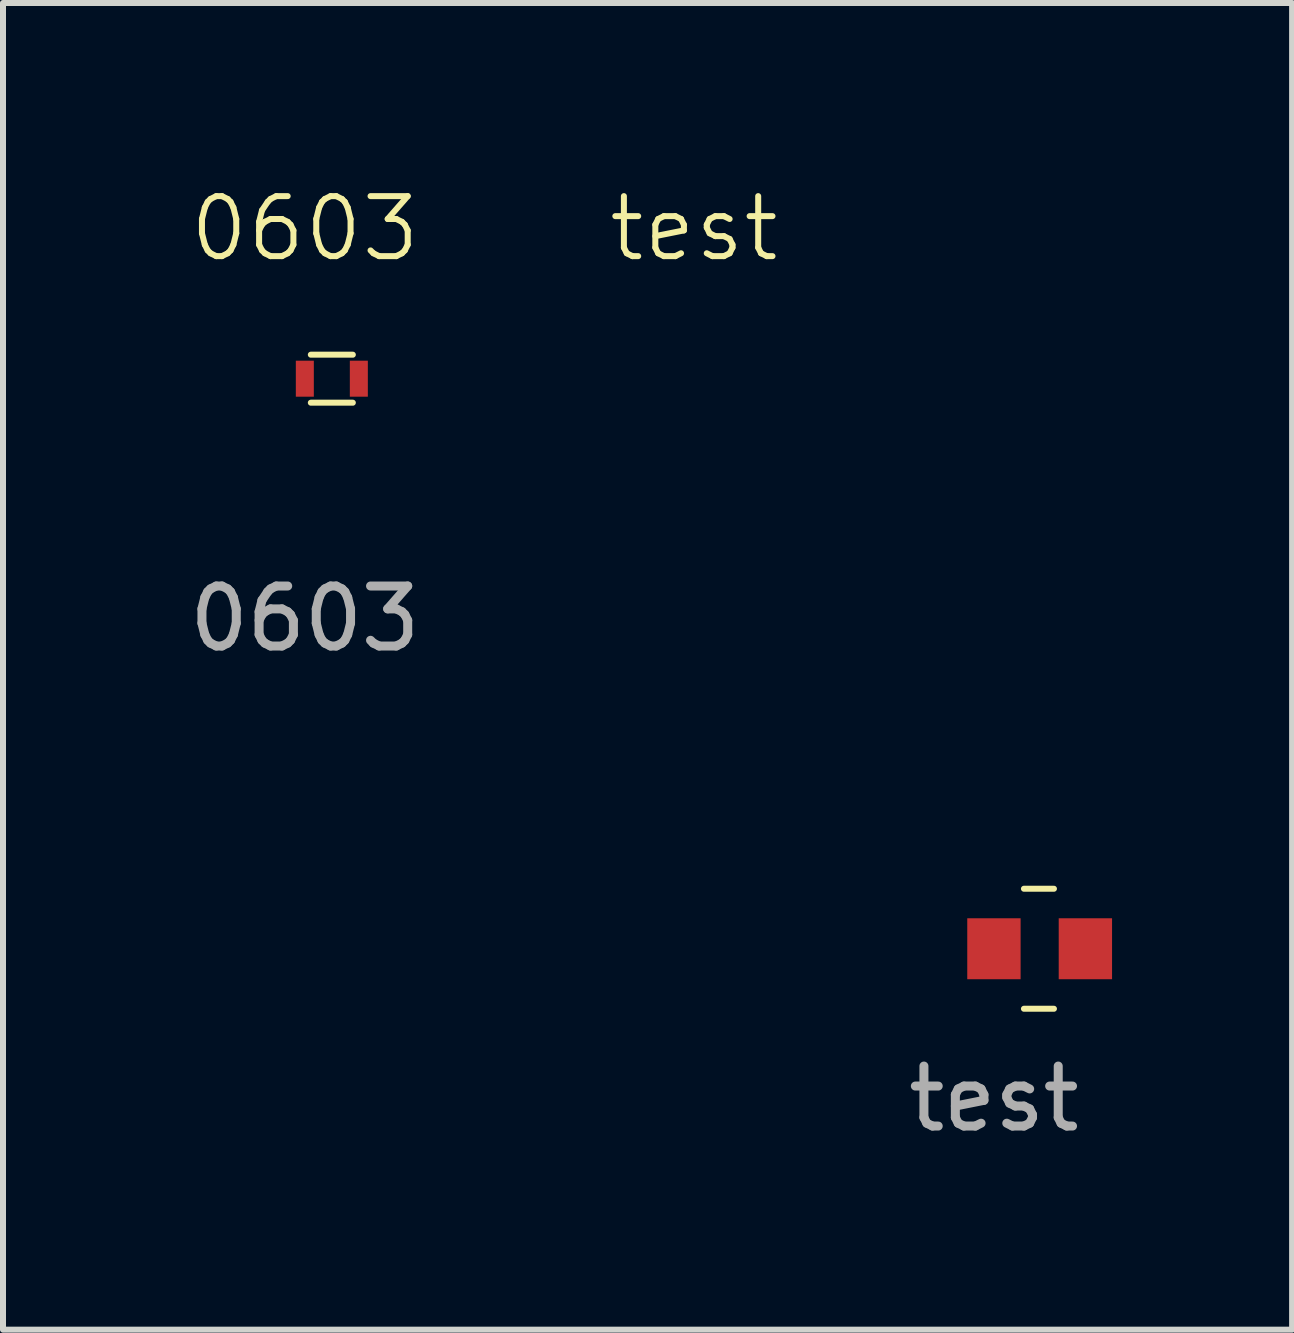
<source format=kicad_pcb>
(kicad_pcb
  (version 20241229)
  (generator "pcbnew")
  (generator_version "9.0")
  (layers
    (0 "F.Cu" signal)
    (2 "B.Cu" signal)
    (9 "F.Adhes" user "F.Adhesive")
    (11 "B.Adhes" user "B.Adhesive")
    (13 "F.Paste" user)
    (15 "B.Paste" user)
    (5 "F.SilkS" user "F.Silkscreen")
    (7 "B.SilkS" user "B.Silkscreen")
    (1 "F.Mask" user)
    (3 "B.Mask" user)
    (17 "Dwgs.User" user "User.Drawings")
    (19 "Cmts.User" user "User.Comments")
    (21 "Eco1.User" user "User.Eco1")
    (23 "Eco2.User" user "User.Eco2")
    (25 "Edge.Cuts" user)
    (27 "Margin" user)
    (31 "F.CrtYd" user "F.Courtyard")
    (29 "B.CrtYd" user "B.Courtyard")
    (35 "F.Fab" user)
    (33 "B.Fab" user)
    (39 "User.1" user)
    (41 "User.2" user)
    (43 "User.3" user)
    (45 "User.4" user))
  (footprint "0603"
    (layer "F.Cu")
    (at 2.03 4.761)
    (property "Reference" "0603" (at 0 -4 0) (unlocked yes) (layer "F.SilkS") (effects (font (size 1 1) (thickness 0.1))))
    (attr smd)
    (fp_line (start 0.1 -1.1) (end 0.8 -1.1) (stroke (width 0.1) (type default)) (layer "F.SilkS"))
    (fp_line (start 0.8 -1.9) (end 0.1 -1.9) (stroke (width 0.1) (type default)) (layer "F.SilkS"))
    (fp_text user "${REFERENCE}" (at 0 2.5 0) (unlocked yes) (layer "F.Fab") (effects (font (size 1 1) (thickness 0.15))))
    (pad "2" smd rect (at 0 -1.5 90) (size 0.6 0.3) (layers "F.Cu" "F.Mask" "F.Paste"))
    (pad "2" smd rect (at 0.9 -1.5 90) (size 0.6 0.3) (layers "F.Cu" "F.Mask" "F.Paste")))
  (footprint "test"
    (layer "F.Cu")
    (at 13.514 12.761)
    (property "Reference" "test" (at -5 -12 0) (unlocked yes) (layer "F.SilkS") (effects (font (size 1 1) (thickness 0.1))))
    (attr smd)
    (fp_line (start 0.5 -1) (end 1 -1) (stroke (width 0.1) (type default)) (layer "F.SilkS"))
    (fp_line (start 0.5 1) (end 1 1) (stroke (width 0.1) (type default)) (layer "F.SilkS"))
    (fp_text user "${REFERENCE}" (at 0 2.5 0) (unlocked yes) (layer "F.Fab") (effects (font (size 1 1) (thickness 0.15))))
    (pad "1" smd rect (at 0 0) (size 0.889 1.016) (layers "F.Cu" "F.Mask" "F.Paste"))
    (pad "2" smd rect (at 1.524 0) (size 0.889 1.016) (layers "F.Cu" "F.Mask" "F.Paste")))
  (gr_rect
    (start -3 -3)
    (end 18.483 19.109)
    (stroke (width 0.1) (type default))
    (fill no)
    (layer "Edge.Cuts")))
</source>
